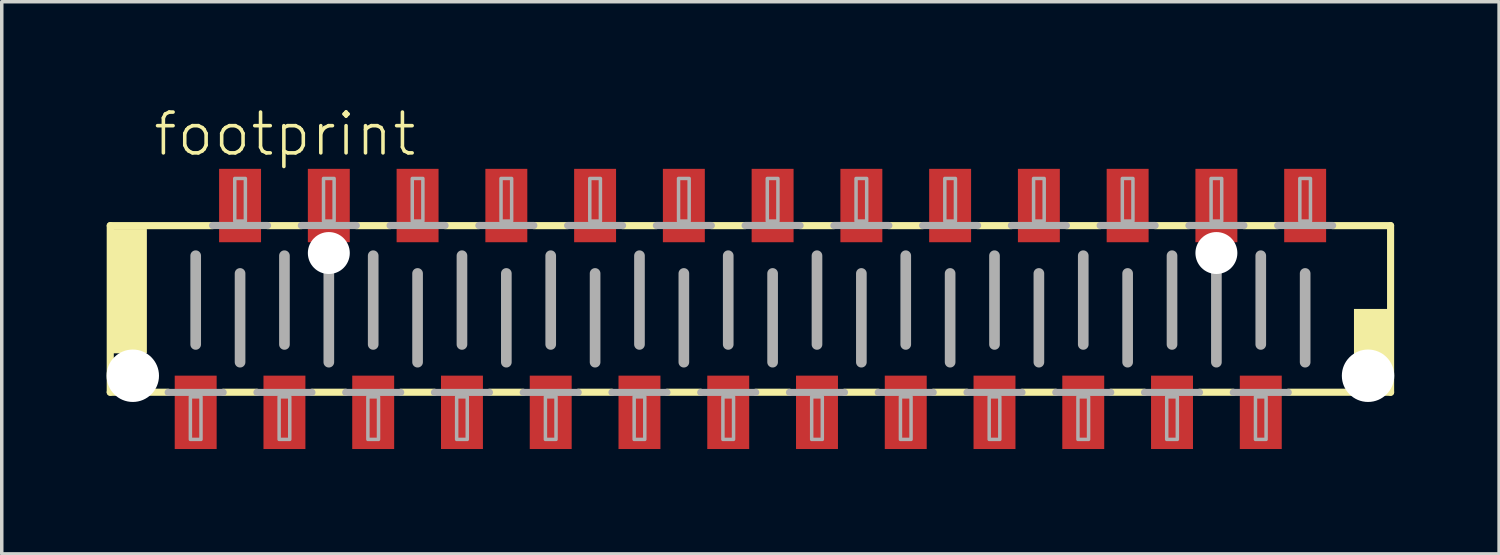
<source format=kicad_pcb>
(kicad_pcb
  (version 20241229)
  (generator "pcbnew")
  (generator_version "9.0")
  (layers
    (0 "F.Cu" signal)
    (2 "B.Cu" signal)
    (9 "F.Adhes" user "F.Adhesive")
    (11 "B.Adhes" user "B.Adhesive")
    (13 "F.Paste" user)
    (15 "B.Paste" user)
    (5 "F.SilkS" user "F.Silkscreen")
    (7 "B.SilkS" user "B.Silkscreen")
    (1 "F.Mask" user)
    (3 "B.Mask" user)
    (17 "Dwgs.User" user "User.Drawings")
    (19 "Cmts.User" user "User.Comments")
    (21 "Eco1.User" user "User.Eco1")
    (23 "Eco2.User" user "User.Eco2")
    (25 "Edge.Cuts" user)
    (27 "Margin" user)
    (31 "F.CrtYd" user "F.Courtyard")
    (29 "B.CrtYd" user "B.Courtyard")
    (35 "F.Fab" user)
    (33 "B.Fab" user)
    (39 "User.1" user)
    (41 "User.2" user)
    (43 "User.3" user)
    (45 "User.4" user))
  (footprint "footprint"
    (layer "F.Cu")
    (at 18.425 5.791)
    (property "Reference" "footprint" (at -17.145 -4.318 0) (layer "F.SilkS") (effects (font (size 1.168 1.168) (thickness 0.102)) (justify left bottom)))
    (fp_line (start -18.32 -2.384) (end -15.392 -2.384) (stroke (width 0.203) (type solid)) (layer "F.SilkS"))
    (fp_line (start -18.32 2.384) (end -18.32 -2.384) (stroke (width 0.203) (type solid)) (layer "F.SilkS"))
    (fp_line (start -16.662 2.384) (end -18.32 2.384) (stroke (width 0.203) (type solid)) (layer "F.SilkS"))
    (fp_line (start -14.122 2.384) (end -15.088 2.384) (stroke (width 0.203) (type solid)) (layer "F.SilkS"))
    (fp_line (start -13.818 -2.384) (end -12.852 -2.384) (stroke (width 0.203) (type solid)) (layer "F.SilkS"))
    (fp_line (start -11.582 2.384) (end -12.548 2.384) (stroke (width 0.203) (type solid)) (layer "F.SilkS"))
    (fp_line (start -11.278 -2.384) (end -10.312 -2.384) (stroke (width 0.203) (type solid)) (layer "F.SilkS"))
    (fp_line (start -9.042 2.384) (end -10.008 2.384) (stroke (width 0.203) (type solid)) (layer "F.SilkS"))
    (fp_line (start -8.738 -2.384) (end -7.772 -2.384) (stroke (width 0.203) (type solid)) (layer "F.SilkS"))
    (fp_line (start -6.502 2.384) (end -7.468 2.384) (stroke (width 0.203) (type solid)) (layer "F.SilkS"))
    (fp_line (start -6.198 -2.384) (end -5.232 -2.384) (stroke (width 0.203) (type solid)) (layer "F.SilkS"))
    (fp_line (start -3.962 2.384) (end -4.928 2.384) (stroke (width 0.203) (type solid)) (layer "F.SilkS"))
    (fp_line (start -3.658 -2.384) (end -2.692 -2.384) (stroke (width 0.203) (type solid)) (layer "F.SilkS"))
    (fp_line (start -1.422 2.384) (end -2.388 2.384) (stroke (width 0.203) (type solid)) (layer "F.SilkS"))
    (fp_line (start -1.118 -2.384) (end -0.152 -2.384) (stroke (width 0.203) (type solid)) (layer "F.SilkS"))
    (fp_line (start 1.118 2.384) (end 0.152 2.384) (stroke (width 0.203) (type solid)) (layer "F.SilkS"))
    (fp_line (start 1.422 -2.384) (end 2.388 -2.384) (stroke (width 0.203) (type solid)) (layer "F.SilkS"))
    (fp_line (start 3.658 2.384) (end 2.692 2.384) (stroke (width 0.203) (type solid)) (layer "F.SilkS"))
    (fp_line (start 3.962 -2.384) (end 4.928 -2.384) (stroke (width 0.203) (type solid)) (layer "F.SilkS"))
    (fp_line (start 6.198 2.384) (end 5.232 2.384) (stroke (width 0.203) (type solid)) (layer "F.SilkS"))
    (fp_line (start 6.502 -2.384) (end 7.468 -2.384) (stroke (width 0.203) (type solid)) (layer "F.SilkS"))
    (fp_line (start 8.738 2.384) (end 7.772 2.384) (stroke (width 0.203) (type solid)) (layer "F.SilkS"))
    (fp_line (start 9.042 -2.384) (end 10.008 -2.384) (stroke (width 0.203) (type solid)) (layer "F.SilkS"))
    (fp_line (start 11.278 2.384) (end 10.312 2.384) (stroke (width 0.203) (type solid)) (layer "F.SilkS"))
    (fp_line (start 11.582 -2.384) (end 12.548 -2.384) (stroke (width 0.203) (type solid)) (layer "F.SilkS"))
    (fp_line (start 13.818 2.384) (end 12.852 2.384) (stroke (width 0.203) (type solid)) (layer "F.SilkS"))
    (fp_line (start 14.122 -2.384) (end 15.088 -2.384) (stroke (width 0.203) (type solid)) (layer "F.SilkS"))
    (fp_line (start 16.662 -2.384) (end 18.32 -2.384) (stroke (width 0.203) (type solid)) (layer "F.SilkS"))
    (fp_line (start 18.32 -2.384) (end 18.32 2.384) (stroke (width 0.203) (type solid)) (layer "F.SilkS"))
    (fp_line (start 18.32 2.384) (end 15.392 2.384) (stroke (width 0.203) (type solid)) (layer "F.SilkS"))
    (fp_poly (pts (xy -18.288 1.27) (xy -17.272 1.27) (xy -17.272 -2.286) (xy -18.288 -2.286)) (stroke (width 0) (type solid)) (fill yes) (layer "F.SilkS"))
    (fp_poly (pts (xy 17.272 2.286) (xy 18.288 2.286) (xy 18.288 0) (xy 17.272 0)) (stroke (width 0) (type solid)) (fill yes) (layer "F.SilkS"))
    (fp_line (start -15.875 -1.524) (end -15.875 1.016) (stroke (width 0.305) (type solid)) (layer "F.Fab"))
    (fp_line (start -15.392 -2.388) (end -13.818 -2.388) (stroke (width 0.203) (type solid)) (layer "F.Fab"))
    (fp_line (start -15.088 2.388) (end -16.662 2.388) (stroke (width 0.203) (type solid)) (layer "F.Fab"))
    (fp_line (start -14.605 -1.016) (end -14.605 1.524) (stroke (width 0.305) (type solid)) (layer "F.Fab"))
    (fp_line (start -13.335 -1.524) (end -13.335 1.016) (stroke (width 0.305) (type solid)) (layer "F.Fab"))
    (fp_line (start -12.852 -2.388) (end -11.278 -2.388) (stroke (width 0.203) (type solid)) (layer "F.Fab"))
    (fp_line (start -12.548 2.388) (end -14.122 2.388) (stroke (width 0.203) (type solid)) (layer "F.Fab"))
    (fp_line (start -12.065 -1.016) (end -12.065 1.524) (stroke (width 0.305) (type solid)) (layer "F.Fab"))
    (fp_line (start -10.795 -1.524) (end -10.795 1.016) (stroke (width 0.305) (type solid)) (layer "F.Fab"))
    (fp_line (start -10.312 -2.388) (end -8.738 -2.388) (stroke (width 0.203) (type solid)) (layer "F.Fab"))
    (fp_line (start -10.008 2.388) (end -11.582 2.388) (stroke (width 0.203) (type solid)) (layer "F.Fab"))
    (fp_line (start -9.525 -1.016) (end -9.525 1.524) (stroke (width 0.305) (type solid)) (layer "F.Fab"))
    (fp_line (start -8.255 -1.524) (end -8.255 1.016) (stroke (width 0.305) (type solid)) (layer "F.Fab"))
    (fp_line (start -7.772 -2.388) (end -6.198 -2.388) (stroke (width 0.203) (type solid)) (layer "F.Fab"))
    (fp_line (start -7.468 2.388) (end -9.042 2.388) (stroke (width 0.203) (type solid)) (layer "F.Fab"))
    (fp_line (start -6.985 -1.016) (end -6.985 1.524) (stroke (width 0.305) (type solid)) (layer "F.Fab"))
    (fp_line (start -5.715 -1.524) (end -5.715 1.016) (stroke (width 0.305) (type solid)) (layer "F.Fab"))
    (fp_line (start -5.232 -2.388) (end -3.658 -2.388) (stroke (width 0.203) (type solid)) (layer "F.Fab"))
    (fp_line (start -4.928 2.388) (end -6.502 2.388) (stroke (width 0.203) (type solid)) (layer "F.Fab"))
    (fp_line (start -4.445 -1.016) (end -4.445 1.524) (stroke (width 0.305) (type solid)) (layer "F.Fab"))
    (fp_line (start -3.175 -1.524) (end -3.175 1.016) (stroke (width 0.305) (type solid)) (layer "F.Fab"))
    (fp_line (start -2.692 -2.388) (end -1.118 -2.388) (stroke (width 0.203) (type solid)) (layer "F.Fab"))
    (fp_line (start -2.388 2.388) (end -3.962 2.388) (stroke (width 0.203) (type solid)) (layer "F.Fab"))
    (fp_line (start -1.905 -1.016) (end -1.905 1.524) (stroke (width 0.305) (type solid)) (layer "F.Fab"))
    (fp_line (start -0.635 -1.524) (end -0.635 1.016) (stroke (width 0.305) (type solid)) (layer "F.Fab"))
    (fp_line (start -0.152 -2.388) (end 1.422 -2.388) (stroke (width 0.203) (type solid)) (layer "F.Fab"))
    (fp_line (start 0.152 2.388) (end -1.422 2.388) (stroke (width 0.203) (type solid)) (layer "F.Fab"))
    (fp_line (start 0.635 -1.016) (end 0.635 1.524) (stroke (width 0.305) (type solid)) (layer "F.Fab"))
    (fp_line (start 1.905 -1.524) (end 1.905 1.016) (stroke (width 0.305) (type solid)) (layer "F.Fab"))
    (fp_line (start 2.388 -2.388) (end 3.962 -2.388) (stroke (width 0.203) (type solid)) (layer "F.Fab"))
    (fp_line (start 2.692 2.388) (end 1.118 2.388) (stroke (width 0.203) (type solid)) (layer "F.Fab"))
    (fp_line (start 3.175 -1.016) (end 3.175 1.524) (stroke (width 0.305) (type solid)) (layer "F.Fab"))
    (fp_line (start 4.445 -1.524) (end 4.445 1.016) (stroke (width 0.305) (type solid)) (layer "F.Fab"))
    (fp_line (start 4.928 -2.388) (end 6.502 -2.388) (stroke (width 0.203) (type solid)) (layer "F.Fab"))
    (fp_line (start 5.232 2.388) (end 3.658 2.388) (stroke (width 0.203) (type solid)) (layer "F.Fab"))
    (fp_line (start 5.715 -1.016) (end 5.715 1.524) (stroke (width 0.305) (type solid)) (layer "F.Fab"))
    (fp_line (start 6.985 -1.524) (end 6.985 1.016) (stroke (width 0.305) (type solid)) (layer "F.Fab"))
    (fp_line (start 7.468 -2.388) (end 9.042 -2.388) (stroke (width 0.203) (type solid)) (layer "F.Fab"))
    (fp_line (start 7.772 2.388) (end 6.198 2.388) (stroke (width 0.203) (type solid)) (layer "F.Fab"))
    (fp_line (start 8.255 -1.016) (end 8.255 1.524) (stroke (width 0.305) (type solid)) (layer "F.Fab"))
    (fp_line (start 9.525 -1.524) (end 9.525 1.016) (stroke (width 0.305) (type solid)) (layer "F.Fab"))
    (fp_line (start 10.008 -2.388) (end 11.582 -2.388) (stroke (width 0.203) (type solid)) (layer "F.Fab"))
    (fp_line (start 10.312 2.388) (end 8.738 2.388) (stroke (width 0.203) (type solid)) (layer "F.Fab"))
    (fp_line (start 10.795 -1.016) (end 10.795 1.524) (stroke (width 0.305) (type solid)) (layer "F.Fab"))
    (fp_line (start 12.065 -1.524) (end 12.065 1.016) (stroke (width 0.305) (type solid)) (layer "F.Fab"))
    (fp_line (start 12.548 -2.388) (end 14.122 -2.388) (stroke (width 0.203) (type solid)) (layer "F.Fab"))
    (fp_line (start 12.852 2.388) (end 11.278 2.388) (stroke (width 0.203) (type solid)) (layer "F.Fab"))
    (fp_line (start 13.335 -1.016) (end 13.335 1.524) (stroke (width 0.305) (type solid)) (layer "F.Fab"))
    (fp_line (start 14.605 -1.524) (end 14.605 1.016) (stroke (width 0.305) (type solid)) (layer "F.Fab"))
    (fp_line (start 15.088 -2.388) (end 16.662 -2.388) (stroke (width 0.203) (type solid)) (layer "F.Fab"))
    (fp_line (start 15.392 2.388) (end 13.818 2.388) (stroke (width 0.203) (type solid)) (layer "F.Fab"))
    (fp_line (start 15.875 -1.016) (end 15.875 1.524) (stroke (width 0.305) (type solid)) (layer "F.Fab"))
    (fp_poly (pts (xy -16.027 3.734) (xy -15.723 3.734) (xy -15.723 2.515) (xy -16.027 2.515)) (stroke (width 0.1) (type solid)) (fill no) (layer "F.Fab"))
    (fp_poly (pts (xy -14.757 -2.515) (xy -14.453 -2.515) (xy -14.453 -3.734) (xy -14.757 -3.734)) (stroke (width 0.1) (type solid)) (fill no) (layer "F.Fab"))
    (fp_poly (pts (xy -13.487 3.734) (xy -13.183 3.734) (xy -13.183 2.515) (xy -13.487 2.515)) (stroke (width 0.1) (type solid)) (fill no) (layer "F.Fab"))
    (fp_poly (pts (xy -12.217 -2.515) (xy -11.913 -2.515) (xy -11.913 -3.734) (xy -12.217 -3.734)) (stroke (width 0.1) (type solid)) (fill no) (layer "F.Fab"))
    (fp_poly (pts (xy -10.947 3.734) (xy -10.643 3.734) (xy -10.643 2.515) (xy -10.947 2.515)) (stroke (width 0.1) (type solid)) (fill no) (layer "F.Fab"))
    (fp_poly (pts (xy -9.677 -2.515) (xy -9.373 -2.515) (xy -9.373 -3.734) (xy -9.677 -3.734)) (stroke (width 0.1) (type solid)) (fill no) (layer "F.Fab"))
    (fp_poly (pts (xy -8.407 3.734) (xy -8.103 3.734) (xy -8.103 2.515) (xy -8.407 2.515)) (stroke (width 0.1) (type solid)) (fill no) (layer "F.Fab"))
    (fp_poly (pts (xy -7.137 -2.515) (xy -6.833 -2.515) (xy -6.833 -3.734) (xy -7.137 -3.734)) (stroke (width 0.1) (type solid)) (fill no) (layer "F.Fab"))
    (fp_poly (pts (xy -5.867 3.734) (xy -5.563 3.734) (xy -5.563 2.515) (xy -5.867 2.515)) (stroke (width 0.1) (type solid)) (fill no) (layer "F.Fab"))
    (fp_poly (pts (xy -4.597 -2.515) (xy -4.293 -2.515) (xy -4.293 -3.734) (xy -4.597 -3.734)) (stroke (width 0.1) (type solid)) (fill no) (layer "F.Fab"))
    (fp_poly (pts (xy -3.327 3.734) (xy -3.023 3.734) (xy -3.023 2.515) (xy -3.327 2.515)) (stroke (width 0.1) (type solid)) (fill no) (layer "F.Fab"))
    (fp_poly (pts (xy -2.057 -2.515) (xy -1.753 -2.515) (xy -1.753 -3.734) (xy -2.057 -3.734)) (stroke (width 0.1) (type solid)) (fill no) (layer "F.Fab"))
    (fp_poly (pts (xy -0.787 3.734) (xy -0.483 3.734) (xy -0.483 2.515) (xy -0.787 2.515)) (stroke (width 0.1) (type solid)) (fill no) (layer "F.Fab"))
    (fp_poly (pts (xy 0.483 -2.515) (xy 0.787 -2.515) (xy 0.787 -3.734) (xy 0.483 -3.734)) (stroke (width 0.1) (type solid)) (fill no) (layer "F.Fab"))
    (fp_poly (pts (xy 1.753 3.734) (xy 2.057 3.734) (xy 2.057 2.515) (xy 1.753 2.515)) (stroke (width 0.1) (type solid)) (fill no) (layer "F.Fab"))
    (fp_poly (pts (xy 3.023 -2.515) (xy 3.327 -2.515) (xy 3.327 -3.734) (xy 3.023 -3.734)) (stroke (width 0.1) (type solid)) (fill no) (layer "F.Fab"))
    (fp_poly (pts (xy 4.293 3.734) (xy 4.597 3.734) (xy 4.597 2.515) (xy 4.293 2.515)) (stroke (width 0.1) (type solid)) (fill no) (layer "F.Fab"))
    (fp_poly (pts (xy 5.563 -2.515) (xy 5.867 -2.515) (xy 5.867 -3.734) (xy 5.563 -3.734)) (stroke (width 0.1) (type solid)) (fill no) (layer "F.Fab"))
    (fp_poly (pts (xy 6.833 3.734) (xy 7.137 3.734) (xy 7.137 2.515) (xy 6.833 2.515)) (stroke (width 0.1) (type solid)) (fill no) (layer "F.Fab"))
    (fp_poly (pts (xy 8.103 -2.515) (xy 8.407 -2.515) (xy 8.407 -3.734) (xy 8.103 -3.734)) (stroke (width 0.1) (type solid)) (fill no) (layer "F.Fab"))
    (fp_poly (pts (xy 9.373 3.734) (xy 9.677 3.734) (xy 9.677 2.515) (xy 9.373 2.515)) (stroke (width 0.1) (type solid)) (fill no) (layer "F.Fab"))
    (fp_poly (pts (xy 10.643 -2.515) (xy 10.947 -2.515) (xy 10.947 -3.734) (xy 10.643 -3.734)) (stroke (width 0.1) (type solid)) (fill no) (layer "F.Fab"))
    (fp_poly (pts (xy 11.913 3.734) (xy 12.217 3.734) (xy 12.217 2.515) (xy 11.913 2.515)) (stroke (width 0.1) (type solid)) (fill no) (layer "F.Fab"))
    (fp_poly (pts (xy 13.183 -2.515) (xy 13.487 -2.515) (xy 13.487 -3.734) (xy 13.183 -3.734)) (stroke (width 0.1) (type solid)) (fill no) (layer "F.Fab"))
    (fp_poly (pts (xy 14.453 3.734) (xy 14.757 3.734) (xy 14.757 2.515) (xy 14.453 2.515)) (stroke (width 0.1) (type solid)) (fill no) (layer "F.Fab"))
    (fp_poly (pts (xy 15.723 -2.515) (xy 16.027 -2.515) (xy 16.027 -3.734) (xy 15.723 -3.734)) (stroke (width 0.1) (type solid)) (fill no) (layer "F.Fab"))
    (pad "" np_thru_hole circle (at -17.675 1.912) (size 1.5 1.5) (drill 1.5) (layers "*.Cu" "*.Mask"))
    (pad "" np_thru_hole circle (at -12.065 -1.6) (size 1.2 1.2) (drill 1.2) (layers "*.Cu" "*.Mask"))
    (pad "" np_thru_hole circle (at 13.335 -1.6) (size 1.2 1.2) (drill 1.2) (layers "*.Cu" "*.Mask"))
    (pad "" np_thru_hole circle (at 17.675 1.912) (size 1.5 1.5) (drill 1.5) (layers "*.Cu" "*.Mask"))
    (pad "1" smd rect (at -15.875 2.959) (size 1.2 2.1) (layers "F.Cu" "F.Mask" "F.Paste"))
    (pad "2" smd rect (at -14.605 -2.959) (size 1.2 2.1) (layers "F.Cu" "F.Mask" "F.Paste"))
    (pad "3" smd rect (at -13.335 2.959) (size 1.2 2.1) (layers "F.Cu" "F.Mask" "F.Paste"))
    (pad "4" smd rect (at -12.065 -2.959) (size 1.2 2.1) (layers "F.Cu" "F.Mask" "F.Paste"))
    (pad "5" smd rect (at -10.795 2.959) (size 1.2 2.1) (layers "F.Cu" "F.Mask" "F.Paste"))
    (pad "6" smd rect (at -9.525 -2.959) (size 1.2 2.1) (layers "F.Cu" "F.Mask" "F.Paste"))
    (pad "7" smd rect (at -8.255 2.959) (size 1.2 2.1) (layers "F.Cu" "F.Mask" "F.Paste"))
    (pad "8" smd rect (at -6.985 -2.959) (size 1.2 2.1) (layers "F.Cu" "F.Mask" "F.Paste"))
    (pad "9" smd rect (at -5.715 2.959) (size 1.2 2.1) (layers "F.Cu" "F.Mask" "F.Paste"))
    (pad "10" smd rect (at -4.445 -2.959) (size 1.2 2.1) (layers "F.Cu" "F.Mask" "F.Paste"))
    (pad "11" smd rect (at -3.175 2.959) (size 1.2 2.1) (layers "F.Cu" "F.Mask" "F.Paste"))
    (pad "12" smd rect (at -1.905 -2.959) (size 1.2 2.1) (layers "F.Cu" "F.Mask" "F.Paste"))
    (pad "13" smd rect (at -0.635 2.959) (size 1.2 2.1) (layers "F.Cu" "F.Mask" "F.Paste"))
    (pad "14" smd rect (at 0.635 -2.959) (size 1.2 2.1) (layers "F.Cu" "F.Mask" "F.Paste"))
    (pad "15" smd rect (at 1.905 2.959) (size 1.2 2.1) (layers "F.Cu" "F.Mask" "F.Paste"))
    (pad "16" smd rect (at 3.175 -2.959) (size 1.2 2.1) (layers "F.Cu" "F.Mask" "F.Paste"))
    (pad "17" smd rect (at 4.445 2.959) (size 1.2 2.1) (layers "F.Cu" "F.Mask" "F.Paste"))
    (pad "18" smd rect (at 5.715 -2.959) (size 1.2 2.1) (layers "F.Cu" "F.Mask" "F.Paste"))
    (pad "19" smd rect (at 6.985 2.959) (size 1.2 2.1) (layers "F.Cu" "F.Mask" "F.Paste"))
    (pad "20" smd rect (at 8.255 -2.959) (size 1.2 2.1) (layers "F.Cu" "F.Mask" "F.Paste"))
    (pad "21" smd rect (at 9.525 2.959) (size 1.2 2.1) (layers "F.Cu" "F.Mask" "F.Paste"))
    (pad "22" smd rect (at 10.795 -2.959) (size 1.2 2.1) (layers "F.Cu" "F.Mask" "F.Paste"))
    (pad "23" smd rect (at 12.065 2.959) (size 1.2 2.1) (layers "F.Cu" "F.Mask" "F.Paste"))
    (pad "24" smd rect (at 13.335 -2.959) (size 1.2 2.1) (layers "F.Cu" "F.Mask" "F.Paste"))
    (pad "25" smd rect (at 14.605 2.959) (size 1.2 2.1) (layers "F.Cu" "F.Mask" "F.Paste"))
    (pad "26" smd rect (at 15.875 -2.959) (size 1.2 2.1) (layers "F.Cu" "F.Mask" "F.Paste")))
  (gr_rect
    (start -3 -3)
    (end 39.85 12.8)
    (stroke (width 0.1) (type default))
    (fill no)
    (layer "Edge.Cuts")))
</source>
